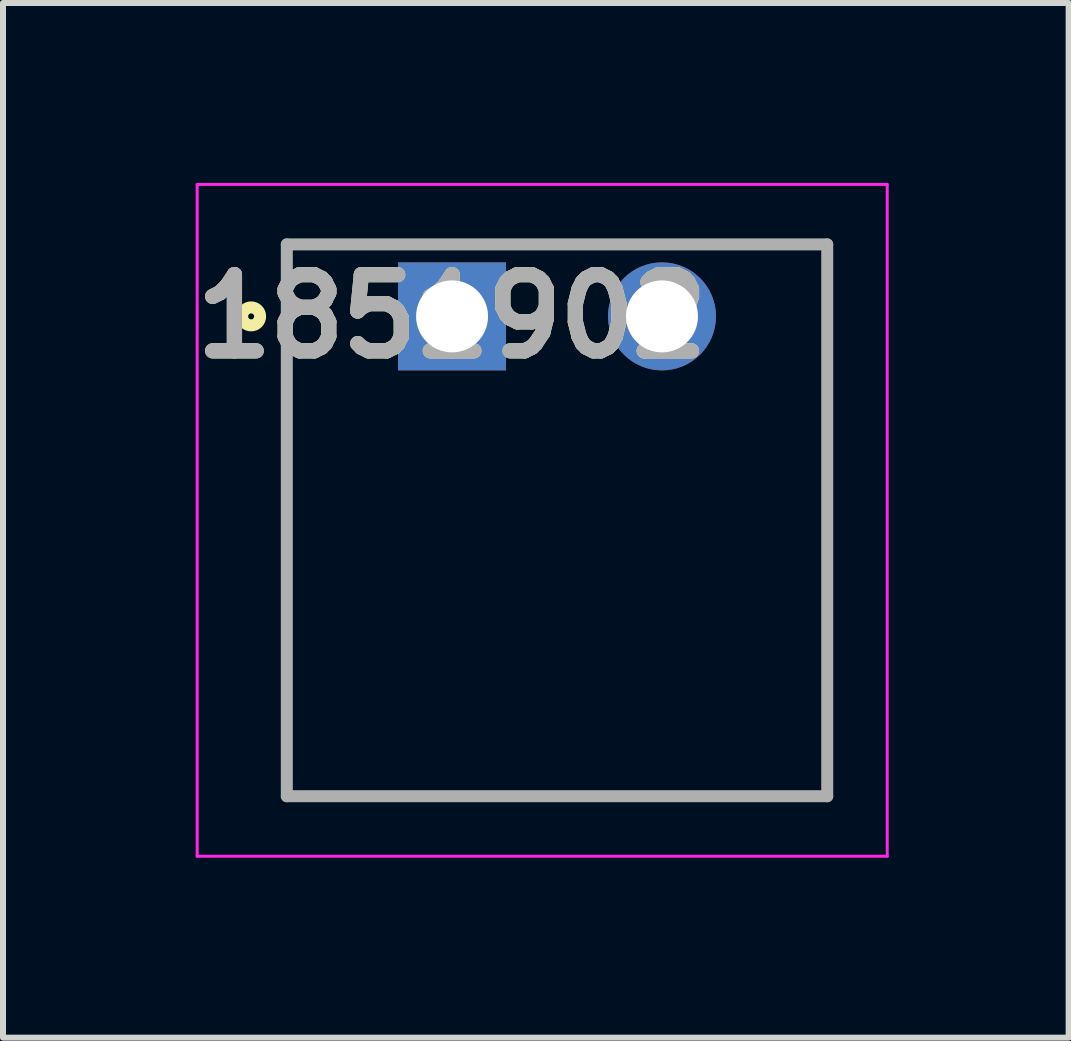
<source format=kicad_pcb>
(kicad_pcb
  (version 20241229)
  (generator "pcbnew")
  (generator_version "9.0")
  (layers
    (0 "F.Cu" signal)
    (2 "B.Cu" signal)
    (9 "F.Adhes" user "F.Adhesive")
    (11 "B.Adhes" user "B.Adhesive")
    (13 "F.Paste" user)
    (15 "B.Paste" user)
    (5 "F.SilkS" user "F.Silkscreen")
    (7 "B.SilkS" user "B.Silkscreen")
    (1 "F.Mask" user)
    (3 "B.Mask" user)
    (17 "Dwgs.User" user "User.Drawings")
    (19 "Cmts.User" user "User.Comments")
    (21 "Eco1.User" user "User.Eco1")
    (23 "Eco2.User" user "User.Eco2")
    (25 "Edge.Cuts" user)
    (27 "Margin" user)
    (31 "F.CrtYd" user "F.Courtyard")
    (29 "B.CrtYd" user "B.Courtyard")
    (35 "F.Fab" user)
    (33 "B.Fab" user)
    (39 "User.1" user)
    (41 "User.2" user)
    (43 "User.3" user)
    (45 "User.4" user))
  (footprint "1851902"
    (layer "F.Cu")
    (at 4.487 2.225)
    (property "Reference" "1851902" (at 0 0 0) (layer "F.SilkS") (effects (font (size 1.27 1.27) (thickness 0.254))))
    (attr through_hole)
    (fp_line (start -2.755 8) (end -2.755 -1.2) (stroke (width 0.1) (type solid)) (layer "F.SilkS"))
    (fp_line (start 6.255 -1.2) (end 6.255 8) (stroke (width 0.1) (type solid)) (layer "F.SilkS"))
    (fp_line (start 6.255 8) (end -2.755 8) (stroke (width 0.1) (type solid)) (layer "F.SilkS"))
    (fp_circle (center -3.35 0) (end -3.35 0.05) (stroke (width 0.2) (type solid)) (fill no) (layer "F.SilkS"))
    (fp_line (start -4.25 -2.2) (end 7.255 -2.2) (stroke (width 0.05) (type solid)) (layer "F.CrtYd"))
    (fp_line (start -4.25 9) (end -4.25 -2.2) (stroke (width 0.05) (type solid)) (layer "F.CrtYd"))
    (fp_line (start 7.255 -2.2) (end 7.255 9) (stroke (width 0.05) (type solid)) (layer "F.CrtYd"))
    (fp_line (start 7.255 9) (end -4.25 9) (stroke (width 0.05) (type solid)) (layer "F.CrtYd"))
    (fp_line (start -2.755 -1.2) (end 6.255 -1.2) (stroke (width 0.2) (type solid)) (layer "F.Fab"))
    (fp_line (start -2.755 8) (end -2.755 -1.2) (stroke (width 0.2) (type solid)) (layer "F.Fab"))
    (fp_line (start 6.255 -1.2) (end 6.255 8) (stroke (width 0.2) (type solid)) (layer "F.Fab"))
    (fp_line (start 6.255 8) (end -2.755 8) (stroke (width 0.2) (type solid)) (layer "F.Fab"))
    (fp_text user "${REFERENCE}" (at 0 0 0) (layer "F.Fab") (effects (font (size 1.27 1.27) (thickness 0.254))))
    (pad "1" thru_hole rect (at 0 0) (size 1.8 1.8) (drill 1.2) (layers "*.Cu" "*.Mask"))
    (pad "2" thru_hole circle (at 3.5 0) (size 1.8 1.8) (drill 1.2) (layers "*.Cu" "*.Mask")))
  (gr_rect
    (start -3 -3)
    (end 14.767 14.25)
    (stroke (width 0.1) (type default))
    (fill no)
    (layer "Edge.Cuts")))
</source>
